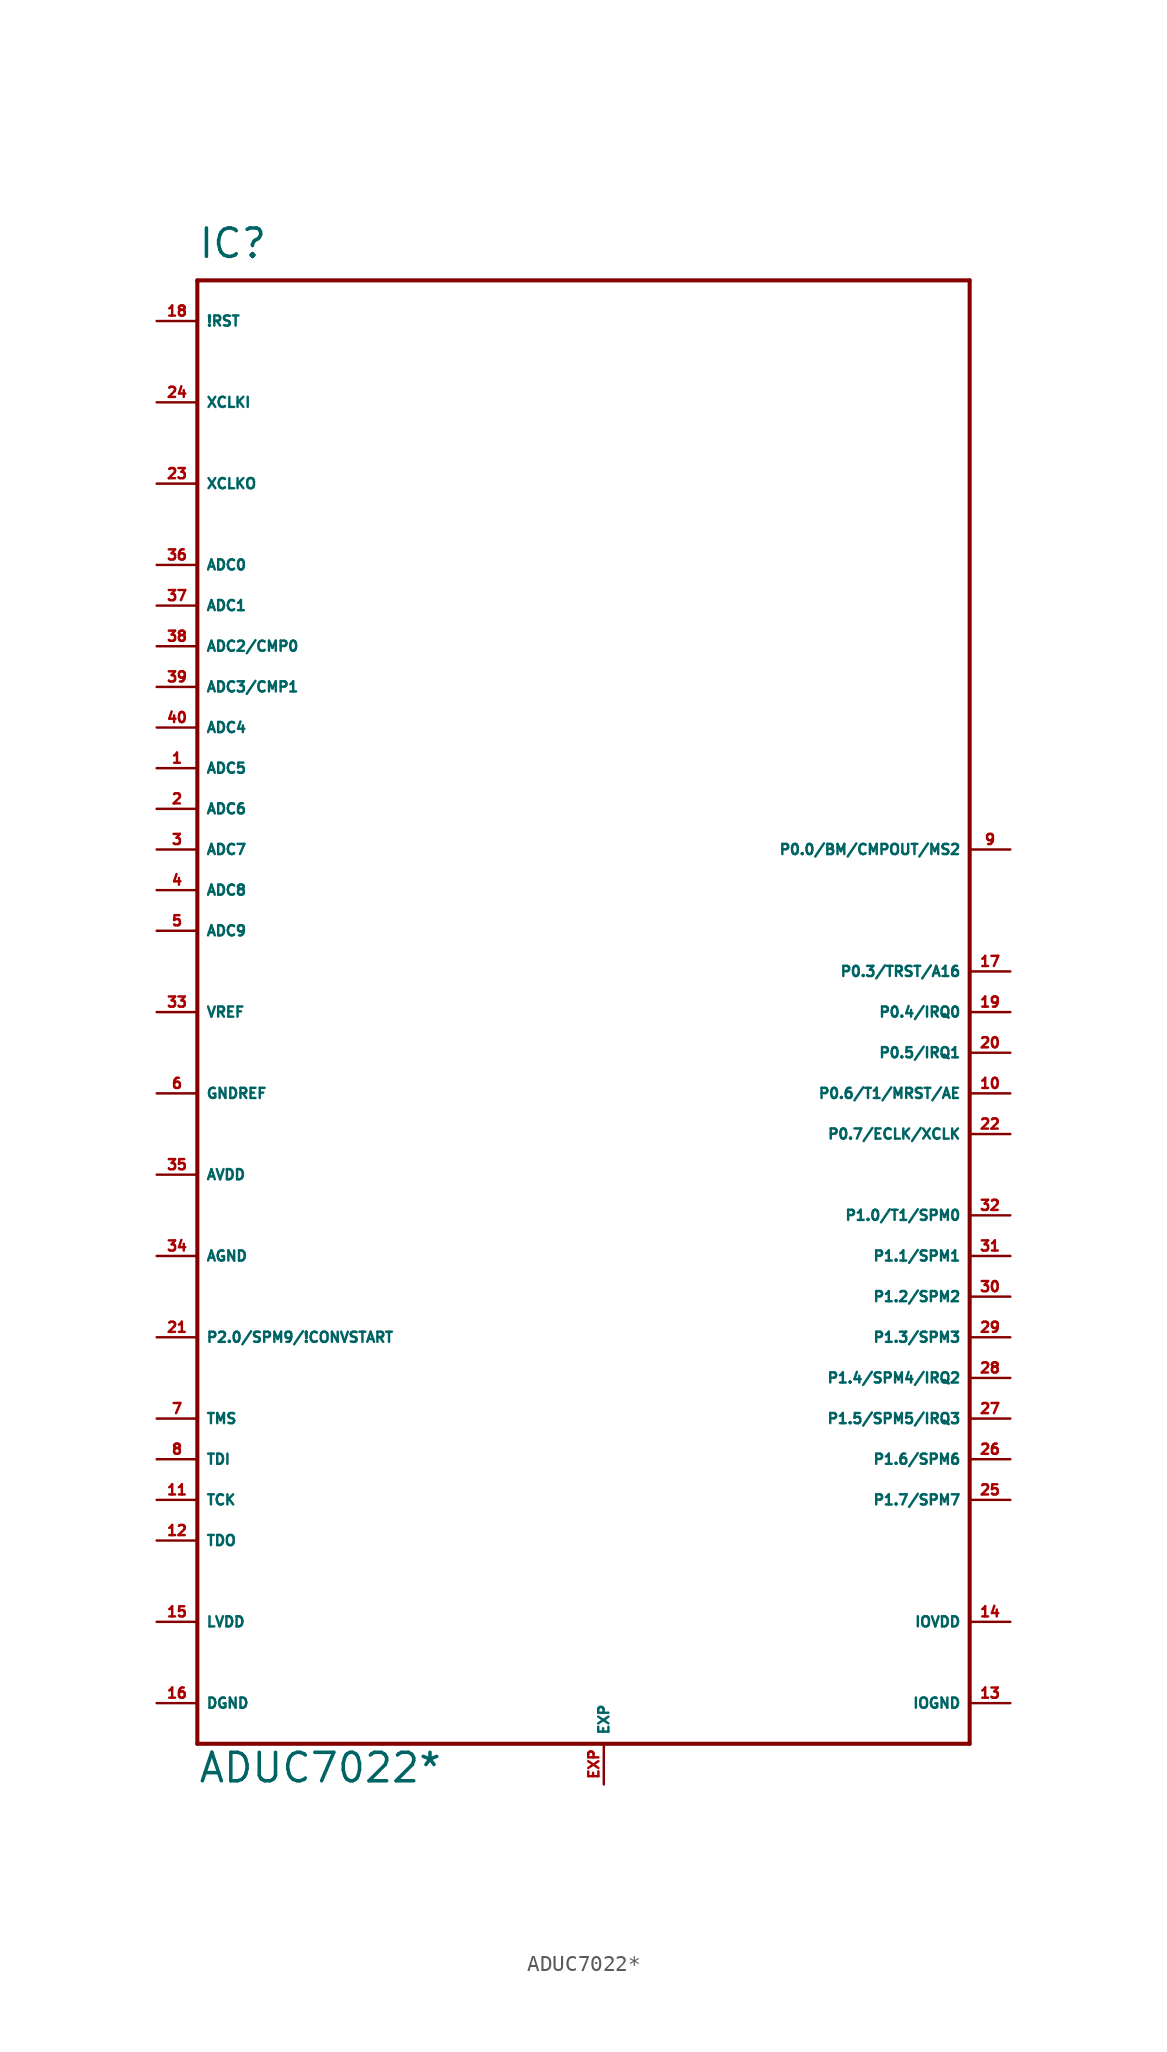
<source format=kicad_sym>
(kicad_symbol_lib
  (version 20220914)
  (generator Eagle2Kicad)
  (symbol "ADUC7022*"
    (property "Reference" "IC"
      (at -25.4 44.45 0)
      (effects (font (size 1.778 1.778) (thickness 0.22)) (justify left bottom)))
    (property "Value" "ADUC7022*"
      (at -25.4 -50.8 0)
      (effects (font (size 1.778 1.778) (thickness 0.22)) (justify left bottom)))
    (polyline
      (pts (xy -25.4 43.18) (xy 22.86 43.18))
      (stroke (width 0.254) (type default))
      (fill (type none)))
    (polyline
      (pts (xy 22.86 43.18) (xy 22.86 -48.26))
      (stroke (width 0.254) (type default))
      (fill (type none)))
    (polyline
      (pts (xy 22.86 -48.26) (xy -25.4 -48.26))
      (stroke (width 0.254) (type default))
      (fill (type none)))
    (polyline
      (pts (xy -25.4 -48.26) (xy -25.4 43.18))
      (stroke (width 0.254) (type default))
      (fill (type none)))
    (pin input line
      (at -27.94 25.4 0)
      (length 2.54)
      (name "ADC0" (effects (font (size 0.635 0.635) (thickness 0.08)) (justify left bottom)))
      (number "36" (effects (font (size 0.635 0.635) (thickness 0.08)) (justify left bottom))))
    (pin input line
      (at -27.94 22.86 0)
      (length 2.54)
      (name "ADC1" (effects (font (size 0.635 0.635) (thickness 0.08)) (justify left bottom)))
      (number "37" (effects (font (size 0.635 0.635) (thickness 0.08)) (justify left bottom))))
    (pin input line
      (at -27.94 20.32 0)
      (length 2.54)
      (name "ADC2/CMP0" (effects (font (size 0.635 0.635) (thickness 0.08)) (justify left bottom)))
      (number "38" (effects (font (size 0.635 0.635) (thickness 0.08)) (justify left bottom))))
    (pin input line
      (at -27.94 17.78 0)
      (length 2.54)
      (name "ADC3/CMP1" (effects (font (size 0.635 0.635) (thickness 0.08)) (justify left bottom)))
      (number "39" (effects (font (size 0.635 0.635) (thickness 0.08)) (justify left bottom))))
    (pin input line
      (at -27.94 15.24 0)
      (length 2.54)
      (name "ADC4" (effects (font (size 0.635 0.635) (thickness 0.08)) (justify left bottom)))
      (number "40" (effects (font (size 0.635 0.635) (thickness 0.08)) (justify left bottom))))
    (pin input line
      (at -27.94 12.7 0)
      (length 2.54)
      (name "ADC5" (effects (font (size 0.635 0.635) (thickness 0.08)) (justify left bottom)))
      (number "1" (effects (font (size 0.635 0.635) (thickness 0.08)) (justify left bottom))))
    (pin input line
      (at -27.94 10.16 0)
      (length 2.54)
      (name "ADC6" (effects (font (size 0.635 0.635) (thickness 0.08)) (justify left bottom)))
      (number "2" (effects (font (size 0.635 0.635) (thickness 0.08)) (justify left bottom))))
    (pin input line
      (at -27.94 7.62 0)
      (length 2.54)
      (name "ADC7" (effects (font (size 0.635 0.635) (thickness 0.08)) (justify left bottom)))
      (number "3" (effects (font (size 0.635 0.635) (thickness 0.08)) (justify left bottom))))
    (pin input line
      (at -27.94 5.08 0)
      (length 2.54)
      (name "ADC8" (effects (font (size 0.635 0.635) (thickness 0.08)) (justify left bottom)))
      (number "4" (effects (font (size 0.635 0.635) (thickness 0.08)) (justify left bottom))))
    (pin input line
      (at -27.94 2.54 0)
      (length 2.54)
      (name "ADC9" (effects (font (size 0.635 0.635) (thickness 0.08)) (justify left bottom)))
      (number "5" (effects (font (size 0.635 0.635) (thickness 0.08)) (justify left bottom))))
    (pin passive line
      (at -27.94 -2.54 0)
      (length 2.54)
      (name "VREF" (effects (font (size 0.635 0.635) (thickness 0.08)) (justify left bottom)))
      (number "33" (effects (font (size 0.635 0.635) (thickness 0.08)) (justify left bottom))))
    (pin input line
      (at -27.94 40.64 0)
      (length 2.54)
      (name "!RST" (effects (font (size 0.635 0.635) (thickness 0.08)) (justify left bottom)))
      (number "18" (effects (font (size 0.635 0.635) (thickness 0.08)) (justify left bottom))))
    (pin input line
      (at -27.94 35.56 0)
      (length 2.54)
      (name "XCLKI" (effects (font (size 0.635 0.635) (thickness 0.08)) (justify left bottom)))
      (number "24" (effects (font (size 0.635 0.635) (thickness 0.08)) (justify left bottom))))
    (pin output line
      (at -27.94 30.48 0)
      (length 2.54)
      (name "XCLKO" (effects (font (size 0.635 0.635) (thickness 0.08)) (justify left bottom)))
      (number "23" (effects (font (size 0.635 0.635) (thickness 0.08)) (justify left bottom))))
    (pin input line
      (at -27.94 -7.62 0)
      (length 2.54)
      (name "GNDREF" (effects (font (size 0.635 0.635) (thickness 0.08)) (justify left bottom)))
      (number "6" (effects (font (size 0.635 0.635) (thickness 0.08)) (justify left bottom))))
    (pin unspecified line
      (at -27.94 -17.78 0)
      (length 2.54)
      (name "AGND" (effects (font (size 0.635 0.635) (thickness 0.08)) (justify left bottom)))
      (number "34" (effects (font (size 0.635 0.635) (thickness 0.08)) (justify left bottom))))
    (pin unspecified line
      (at -27.94 -12.7 0)
      (length 2.54)
      (name "AVDD" (effects (font (size 0.635 0.635) (thickness 0.08)) (justify left bottom)))
      (number "35" (effects (font (size 0.635 0.635) (thickness 0.08)) (justify left bottom))))
    (pin unspecified line
      (at 25.4 -45.72 180)
      (length 2.54)
      (name "IOGND" (effects (font (size 0.635 0.635) (thickness 0.08)) (justify left bottom)))
      (number "13" (effects (font (size 0.635 0.635) (thickness 0.08)) (justify left bottom))))
    (pin unspecified line
      (at 25.4 -40.64 180)
      (length 2.54)
      (name "IOVDD" (effects (font (size 0.635 0.635) (thickness 0.08)) (justify left bottom)))
      (number "14" (effects (font (size 0.635 0.635) (thickness 0.08)) (justify left bottom))))
    (pin unspecified line
      (at -27.94 -45.72 0)
      (length 2.54)
      (name "DGND" (effects (font (size 0.635 0.635) (thickness 0.08)) (justify left bottom)))
      (number "16" (effects (font (size 0.635 0.635) (thickness 0.08)) (justify left bottom))))
    (pin output line
      (at -27.94 -40.64 0)
      (length 2.54)
      (name "LVDD" (effects (font (size 0.635 0.635) (thickness 0.08)) (justify left bottom)))
      (number "15" (effects (font (size 0.635 0.635) (thickness 0.08)) (justify left bottom))))
    (pin bidirectional line
      (at 25.4 -10.16 180)
      (length 2.54)
      (name "P0.7/ECLK/XCLK" (effects (font (size 0.635 0.635) (thickness 0.08)) (justify left bottom)))
      (number "22" (effects (font (size 0.635 0.635) (thickness 0.08)) (justify left bottom))))
    (pin bidirectional line
      (at 25.4 -2.54 180)
      (length 2.54)
      (name "P0.4/IRQ0" (effects (font (size 0.635 0.635) (thickness 0.08)) (justify left bottom)))
      (number "19" (effects (font (size 0.635 0.635) (thickness 0.08)) (justify left bottom))))
    (pin bidirectional line
      (at 25.4 -5.08 180)
      (length 2.54)
      (name "P0.5/IRQ1" (effects (font (size 0.635 0.635) (thickness 0.08)) (justify left bottom)))
      (number "20" (effects (font (size 0.635 0.635) (thickness 0.08)) (justify left bottom))))
    (pin bidirectional line
      (at 25.4 0 180)
      (length 2.54)
      (name "P0.3/TRST/A16" (effects (font (size 0.635 0.635) (thickness 0.08)) (justify left bottom)))
      (number "17" (effects (font (size 0.635 0.635) (thickness 0.08)) (justify left bottom))))
    (pin bidirectional line
      (at 25.4 -7.62 180)
      (length 2.54)
      (name "P0.6/T1/MRST/AE" (effects (font (size 0.635 0.635) (thickness 0.08)) (justify left bottom)))
      (number "10" (effects (font (size 0.635 0.635) (thickness 0.08)) (justify left bottom))))
    (pin bidirectional line
      (at 25.4 7.62 180)
      (length 2.54)
      (name "P0.0/BM/CMPOUT/MS2" (effects (font (size 0.635 0.635) (thickness 0.08)) (justify left bottom)))
      (number "9" (effects (font (size 0.635 0.635) (thickness 0.08)) (justify left bottom))))
    (pin bidirectional line
      (at -27.94 -22.86 0)
      (length 2.54)
      (name "P2.0/SPM9/!CONVSTART" (effects (font (size 0.635 0.635) (thickness 0.08)) (justify left bottom)))
      (number "21" (effects (font (size 0.635 0.635) (thickness 0.08)) (justify left bottom))))
    (pin bidirectional line
      (at 25.4 -15.24 180)
      (length 2.54)
      (name "P1.0/T1/SPM0" (effects (font (size 0.635 0.635) (thickness 0.08)) (justify left bottom)))
      (number "32" (effects (font (size 0.635 0.635) (thickness 0.08)) (justify left bottom))))
    (pin bidirectional line
      (at 25.4 -17.78 180)
      (length 2.54)
      (name "P1.1/SPM1" (effects (font (size 0.635 0.635) (thickness 0.08)) (justify left bottom)))
      (number "31" (effects (font (size 0.635 0.635) (thickness 0.08)) (justify left bottom))))
    (pin bidirectional line
      (at 25.4 -20.32 180)
      (length 2.54)
      (name "P1.2/SPM2" (effects (font (size 0.635 0.635) (thickness 0.08)) (justify left bottom)))
      (number "30" (effects (font (size 0.635 0.635) (thickness 0.08)) (justify left bottom))))
    (pin bidirectional line
      (at 25.4 -22.86 180)
      (length 2.54)
      (name "P1.3/SPM3" (effects (font (size 0.635 0.635) (thickness 0.08)) (justify left bottom)))
      (number "29" (effects (font (size 0.635 0.635) (thickness 0.08)) (justify left bottom))))
    (pin bidirectional line
      (at 25.4 -25.4 180)
      (length 2.54)
      (name "P1.4/SPM4/IRQ2" (effects (font (size 0.635 0.635) (thickness 0.08)) (justify left bottom)))
      (number "28" (effects (font (size 0.635 0.635) (thickness 0.08)) (justify left bottom))))
    (pin bidirectional line
      (at 25.4 -27.94 180)
      (length 2.54)
      (name "P1.5/SPM5/IRQ3" (effects (font (size 0.635 0.635) (thickness 0.08)) (justify left bottom)))
      (number "27" (effects (font (size 0.635 0.635) (thickness 0.08)) (justify left bottom))))
    (pin bidirectional line
      (at 25.4 -30.48 180)
      (length 2.54)
      (name "P1.6/SPM6" (effects (font (size 0.635 0.635) (thickness 0.08)) (justify left bottom)))
      (number "26" (effects (font (size 0.635 0.635) (thickness 0.08)) (justify left bottom))))
    (pin bidirectional line
      (at 25.4 -33.02 180)
      (length 2.54)
      (name "P1.7/SPM7" (effects (font (size 0.635 0.635) (thickness 0.08)) (justify left bottom)))
      (number "25" (effects (font (size 0.635 0.635) (thickness 0.08)) (justify left bottom))))
    (pin input line
      (at -27.94 -27.94 0)
      (length 2.54)
      (name "TMS" (effects (font (size 0.635 0.635) (thickness 0.08)) (justify left bottom)))
      (number "7" (effects (font (size 0.635 0.635) (thickness 0.08)) (justify left bottom))))
    (pin input line
      (at -27.94 -30.48 0)
      (length 2.54)
      (name "TDI" (effects (font (size 0.635 0.635) (thickness 0.08)) (justify left bottom)))
      (number "8" (effects (font (size 0.635 0.635) (thickness 0.08)) (justify left bottom))))
    (pin input line
      (at -27.94 -33.02 0)
      (length 2.54)
      (name "TCK" (effects (font (size 0.635 0.635) (thickness 0.08)) (justify left bottom)))
      (number "11" (effects (font (size 0.635 0.635) (thickness 0.08)) (justify left bottom))))
    (pin output line
      (at -27.94 -35.56 0)
      (length 2.54)
      (name "TDO" (effects (font (size 0.635 0.635) (thickness 0.08)) (justify left bottom)))
      (number "12" (effects (font (size 0.635 0.635) (thickness 0.08)) (justify left bottom))))
    (pin passive line
      (at 0 -50.8 90)
      (length 2.54)
      (name "EXP" (effects (font (size 0.635 0.635) (thickness 0.08)) (justify left bottom)))
      (number "EXP" (effects (font (size 0.635 0.635) (thickness 0.08)) (justify left bottom))))))
</source>
